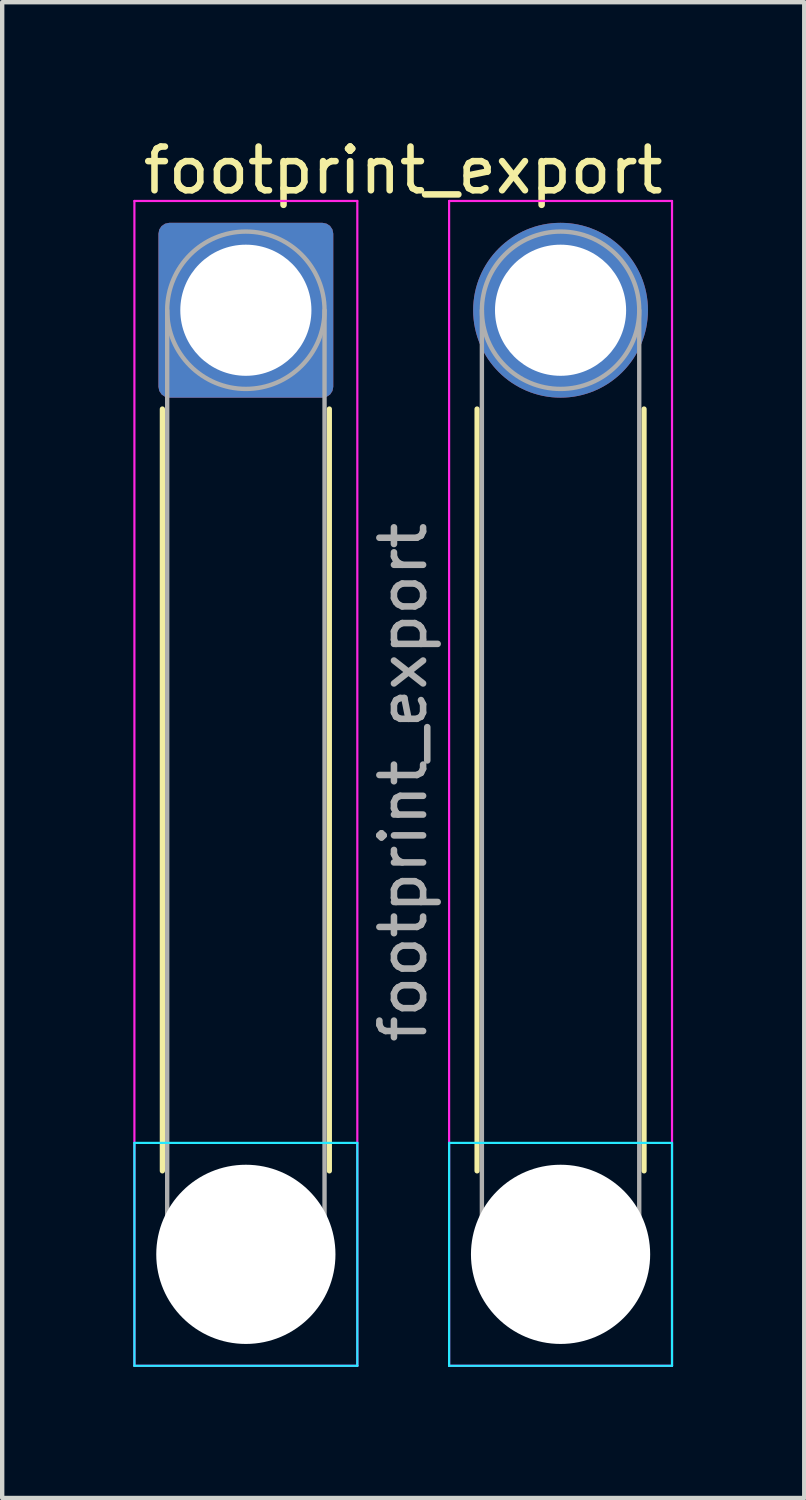
<source format=kicad_pcb>
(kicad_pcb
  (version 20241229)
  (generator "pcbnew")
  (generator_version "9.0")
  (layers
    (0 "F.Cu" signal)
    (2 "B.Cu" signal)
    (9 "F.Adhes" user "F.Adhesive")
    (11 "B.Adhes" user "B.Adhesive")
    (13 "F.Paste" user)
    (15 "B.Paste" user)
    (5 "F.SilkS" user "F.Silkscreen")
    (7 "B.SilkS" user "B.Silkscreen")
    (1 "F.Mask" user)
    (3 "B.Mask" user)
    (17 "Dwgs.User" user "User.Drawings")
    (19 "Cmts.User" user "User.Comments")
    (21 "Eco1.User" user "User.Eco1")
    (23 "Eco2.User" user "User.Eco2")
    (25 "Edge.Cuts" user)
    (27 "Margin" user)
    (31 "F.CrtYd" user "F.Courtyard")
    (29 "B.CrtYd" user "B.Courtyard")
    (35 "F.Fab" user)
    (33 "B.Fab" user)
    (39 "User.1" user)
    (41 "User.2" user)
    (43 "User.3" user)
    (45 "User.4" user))
  (footprint "footprint_export"
    (layer "F.Cu")
    (at 2.575 4.048)
    (property "Reference" "footprint_export" (at 3.6 -3.2 0) (layer "F.SilkS") (effects (font (size 1 1) (thickness 0.15))))
    (attr exclude_from_pos_files exclude_from_bom)
    (fp_line (start -1.91 2.26) (end -1.91 19.69) (stroke (width 0.12) (type solid)) (layer "F.SilkS"))
    (fp_line (start 1.91 2.26) (end 1.91 19.69) (stroke (width 0.12) (type solid)) (layer "F.SilkS"))
    (fp_line (start 5.29 2.26) (end 5.29 19.69) (stroke (width 0.12) (type solid)) (layer "F.SilkS"))
    (fp_line (start 9.11 2.26) (end 9.11 19.69) (stroke (width 0.12) (type solid)) (layer "F.SilkS"))
    (fp_line (start -2.55 19.05) (end -2.55 24.15) (stroke (width 0.05) (type solid)) (layer "B.CrtYd"))
    (fp_line (start -2.55 24.15) (end 2.55 24.15) (stroke (width 0.05) (type solid)) (layer "B.CrtYd"))
    (fp_line (start 2.55 19.05) (end -2.55 19.05) (stroke (width 0.05) (type solid)) (layer "B.CrtYd"))
    (fp_line (start 2.55 24.15) (end 2.55 19.05) (stroke (width 0.05) (type solid)) (layer "B.CrtYd"))
    (fp_line (start 4.65 19.05) (end 4.65 24.15) (stroke (width 0.05) (type solid)) (layer "B.CrtYd"))
    (fp_line (start 4.65 24.15) (end 9.75 24.15) (stroke (width 0.05) (type solid)) (layer "B.CrtYd"))
    (fp_line (start 9.75 19.05) (end 4.65 19.05) (stroke (width 0.05) (type solid)) (layer "B.CrtYd"))
    (fp_line (start 9.75 24.15) (end 9.75 19.05) (stroke (width 0.05) (type solid)) (layer "B.CrtYd"))
    (fp_line (start -2.55 -2.5) (end -2.55 24.15) (stroke (width 0.05) (type solid)) (layer "F.CrtYd"))
    (fp_line (start -2.55 24.15) (end 2.55 24.15) (stroke (width 0.05) (type solid)) (layer "F.CrtYd"))
    (fp_line (start 2.55 -2.5) (end -2.55 -2.5) (stroke (width 0.05) (type solid)) (layer "F.CrtYd"))
    (fp_line (start 2.55 24.15) (end 2.55 -2.5) (stroke (width 0.05) (type solid)) (layer "F.CrtYd"))
    (fp_line (start 4.65 -2.5) (end 4.65 24.15) (stroke (width 0.05) (type solid)) (layer "F.CrtYd"))
    (fp_line (start 4.65 24.15) (end 9.75 24.15) (stroke (width 0.05) (type solid)) (layer "F.CrtYd"))
    (fp_line (start 9.75 -2.5) (end 4.65 -2.5) (stroke (width 0.05) (type solid)) (layer "F.CrtYd"))
    (fp_line (start 9.75 24.15) (end 9.75 -2.5) (stroke (width 0.05) (type solid)) (layer "F.CrtYd"))
    (fp_line (start -1.8 0) (end -1.8 21.6) (stroke (width 0.1) (type solid)) (layer "F.Fab"))
    (fp_line (start 1.8 0) (end 1.8 21.6) (stroke (width 0.1) (type solid)) (layer "F.Fab"))
    (fp_line (start 5.4 0) (end 5.4 21.6) (stroke (width 0.1) (type solid)) (layer "F.Fab"))
    (fp_line (start 9 0) (end 9 21.6) (stroke (width 0.1) (type solid)) (layer "F.Fab"))
    (fp_circle (center 0 0) (end 1.8 0) (stroke (width 0.1) (type solid)) (fill no) (layer "F.Fab"))
    (fp_circle (center 0 21.6) (end 1.8 21.6) (stroke (width 0.1) (type solid)) (fill no) (layer "F.Fab"))
    (fp_circle (center 7.2 0) (end 9 0) (stroke (width 0.1) (type solid)) (fill no) (layer "F.Fab"))
    (fp_circle (center 7.2 21.6) (end 9 21.6) (stroke (width 0.1) (type solid)) (fill no) (layer "F.Fab"))
    (fp_text user "${REFERENCE}" (at 3.6 10.8 90) (layer "F.Fab") (effects (font (size 1 1) (thickness 0.15))))
    (pad "" np_thru_hole circle (at 0 21.6) (size 4.1 4.1) (drill 4.1) (layers "*.Cu" "*.Mask"))
    (pad "" np_thru_hole circle (at 7.2 21.6) (size 4.1 4.1) (drill 4.1) (layers "*.Cu" "*.Mask"))
    (pad "1" thru_hole roundrect (at 0 0) (size 4 4) (drill 3) (layers "*.Cu" "*.Mask") (roundrect_rratio 0.062))
    (pad "2" thru_hole circle (at 7.2 0) (size 4 4) (drill 3) (layers "*.Cu" "*.Mask")))
  (gr_rect
    (start -3 -3)
    (end 15.35 31.223)
    (stroke (width 0.1) (type default))
    (fill no)
    (layer "Edge.Cuts")))
</source>
